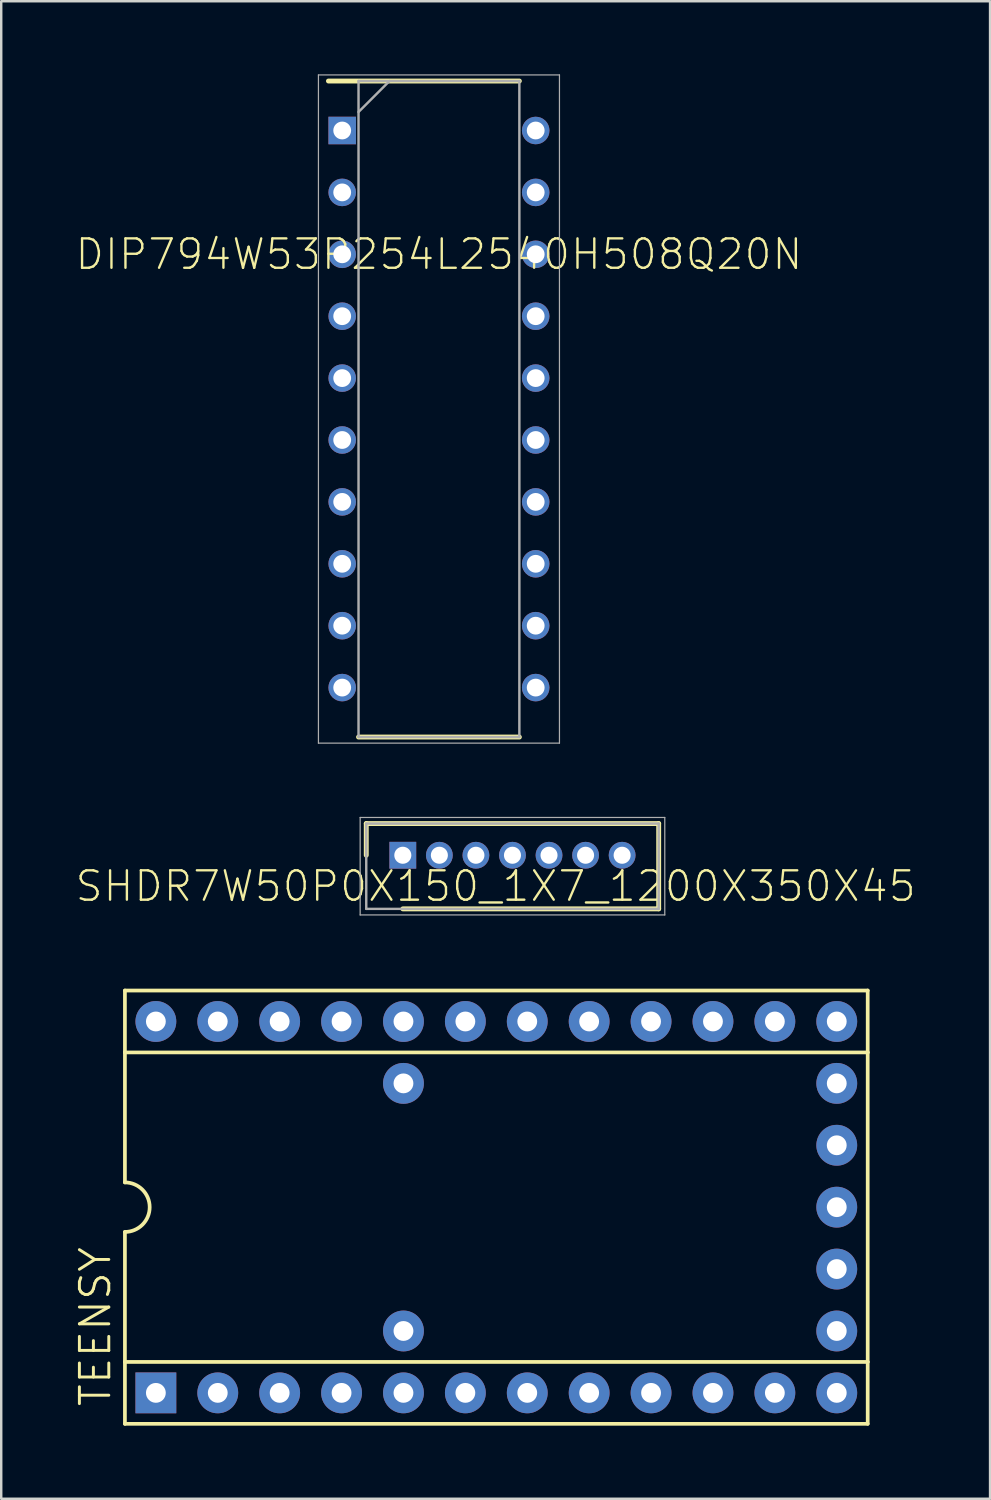
<source format=kicad_pcb>
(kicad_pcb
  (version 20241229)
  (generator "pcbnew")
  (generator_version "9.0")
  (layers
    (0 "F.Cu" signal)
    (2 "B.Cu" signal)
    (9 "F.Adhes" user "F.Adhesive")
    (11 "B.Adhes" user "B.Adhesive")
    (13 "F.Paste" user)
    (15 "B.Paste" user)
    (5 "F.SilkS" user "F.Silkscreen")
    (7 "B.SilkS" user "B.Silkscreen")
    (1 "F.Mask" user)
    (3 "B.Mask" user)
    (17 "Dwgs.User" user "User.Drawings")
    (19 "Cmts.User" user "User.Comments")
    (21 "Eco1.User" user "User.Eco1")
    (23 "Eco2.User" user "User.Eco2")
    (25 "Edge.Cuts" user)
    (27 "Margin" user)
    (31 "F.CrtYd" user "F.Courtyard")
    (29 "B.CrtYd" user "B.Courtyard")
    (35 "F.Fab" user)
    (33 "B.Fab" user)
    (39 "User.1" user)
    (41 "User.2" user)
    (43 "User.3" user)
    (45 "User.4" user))
  (footprint "DIP794W53P254L2540H508Q20N"
    (layer "F.Cu")
    (at 14.962 13.735)
    (property "Reference" "DIP794W53P254L2540H508Q20N" (at 0 -6.35 0) (layer "F.SilkS") (effects (font (size 1.206 1.206) (thickness 0.097))))
    (attr through_hole)
    (fp_line (start -4.535 -13.46) (end 3.3 -13.46) (stroke (width 0.2) (type solid)) (layer "F.SilkS"))
    (fp_line (start -3.3 13.46) (end 3.3 13.46) (stroke (width 0.2) (type solid)) (layer "F.SilkS"))
    (fp_line (start -4.945 -13.71) (end 4.945 -13.71) (stroke (width 0.05) (type solid)) (layer "F.Fab"))
    (fp_line (start -4.945 13.71) (end -4.945 -13.71) (stroke (width 0.05) (type solid)) (layer "F.Fab"))
    (fp_line (start -3.3 -13.46) (end 3.3 -13.46) (stroke (width 0.1) (type solid)) (layer "F.Fab"))
    (fp_line (start -3.3 -12.19) (end -2.03 -13.46) (stroke (width 0.1) (type solid)) (layer "F.Fab"))
    (fp_line (start -3.3 13.46) (end -3.3 -13.46) (stroke (width 0.1) (type solid)) (layer "F.Fab"))
    (fp_line (start 3.3 -13.46) (end 3.3 13.46) (stroke (width 0.1) (type solid)) (layer "F.Fab"))
    (fp_line (start 3.3 13.46) (end -3.3 13.46) (stroke (width 0.1) (type solid)) (layer "F.Fab"))
    (fp_line (start 4.945 -13.71) (end 4.945 13.71) (stroke (width 0.05) (type solid)) (layer "F.Fab"))
    (fp_line (start 4.945 13.71) (end -4.945 13.71) (stroke (width 0.05) (type solid)) (layer "F.Fab"))
    (pad "1" thru_hole rect (at -3.97 -11.43) (size 1.13 1.13) (drill 0.73) (layers "*.Cu" "*.Mask"))
    (pad "2" thru_hole circle (at -3.97 -8.89) (size 1.13 1.13) (drill 0.73) (layers "*.Cu" "*.Mask"))
    (pad "3" thru_hole circle (at -3.97 -6.35) (size 1.13 1.13) (drill 0.73) (layers "*.Cu" "*.Mask"))
    (pad "4" thru_hole circle (at -3.97 -3.81) (size 1.13 1.13) (drill 0.73) (layers "*.Cu" "*.Mask"))
    (pad "5" thru_hole circle (at -3.97 -1.27) (size 1.13 1.13) (drill 0.73) (layers "*.Cu" "*.Mask"))
    (pad "6" thru_hole circle (at -3.97 1.27) (size 1.13 1.13) (drill 0.73) (layers "*.Cu" "*.Mask"))
    (pad "7" thru_hole circle (at -3.97 3.81) (size 1.13 1.13) (drill 0.73) (layers "*.Cu" "*.Mask"))
    (pad "8" thru_hole circle (at -3.97 6.35) (size 1.13 1.13) (drill 0.73) (layers "*.Cu" "*.Mask"))
    (pad "9" thru_hole circle (at -3.97 8.89) (size 1.13 1.13) (drill 0.73) (layers "*.Cu" "*.Mask"))
    (pad "10" thru_hole circle (at -3.97 11.43) (size 1.13 1.13) (drill 0.73) (layers "*.Cu" "*.Mask"))
    (pad "11" thru_hole circle (at 3.97 11.43) (size 1.13 1.13) (drill 0.73) (layers "*.Cu" "*.Mask"))
    (pad "12" thru_hole circle (at 3.97 8.89) (size 1.13 1.13) (drill 0.73) (layers "*.Cu" "*.Mask"))
    (pad "13" thru_hole circle (at 3.97 6.35) (size 1.13 1.13) (drill 0.73) (layers "*.Cu" "*.Mask"))
    (pad "14" thru_hole circle (at 3.97 3.81) (size 1.13 1.13) (drill 0.73) (layers "*.Cu" "*.Mask"))
    (pad "15" thru_hole circle (at 3.97 1.27) (size 1.13 1.13) (drill 0.73) (layers "*.Cu" "*.Mask"))
    (pad "16" thru_hole circle (at 3.97 -1.27) (size 1.13 1.13) (drill 0.73) (layers "*.Cu" "*.Mask"))
    (pad "17" thru_hole circle (at 3.97 -3.81) (size 1.13 1.13) (drill 0.73) (layers "*.Cu" "*.Mask"))
    (pad "18" thru_hole circle (at 3.97 -6.35) (size 1.13 1.13) (drill 0.73) (layers "*.Cu" "*.Mask"))
    (pad "19" thru_hole circle (at 3.97 -8.89) (size 1.13 1.13) (drill 0.73) (layers "*.Cu" "*.Mask"))
    (pad "20" thru_hole circle (at 3.97 -11.43) (size 1.13 1.13) (drill 0.73) (layers "*.Cu" "*.Mask")))
  (footprint "SHDR7W50P0X150_1X7_1200X350X45"
    (layer "F.Cu")
    (at 13.479 32.045)
    (property "Reference" "SHDR7W50P0X150_1X7_1200X350X45" (at 3.81 1.27 180) (layer "F.SilkS") (effects (font (size 1.206 1.206) (thickness 0.097))))
    (attr through_hole)
    (fp_line (start -1.5 -1.3) (end -1.5 0) (stroke (width 0.2) (type solid)) (layer "F.SilkS"))
    (fp_line (start 0 2.2) (end 10.5 2.2) (stroke (width 0.2) (type solid)) (layer "F.SilkS"))
    (fp_line (start 10.5 -1.3) (end -1.5 -1.3) (stroke (width 0.2) (type solid)) (layer "F.SilkS"))
    (fp_line (start 10.5 2.2) (end 10.5 -1.3) (stroke (width 0.2) (type solid)) (layer "F.SilkS"))
    (fp_line (start -1.75 -1.55) (end 10.75 -1.55) (stroke (width 0.05) (type solid)) (layer "F.Fab"))
    (fp_line (start -1.75 2.45) (end -1.75 -1.55) (stroke (width 0.05) (type solid)) (layer "F.Fab"))
    (fp_line (start -1.5 -1.3) (end 10.5 -1.3) (stroke (width 0.1) (type solid)) (layer "F.Fab"))
    (fp_line (start -1.5 2.2) (end -1.5 -1.3) (stroke (width 0.1) (type solid)) (layer "F.Fab"))
    (fp_line (start 10.5 -1.3) (end 10.5 2.2) (stroke (width 0.1) (type solid)) (layer "F.Fab"))
    (fp_line (start 10.5 2.2) (end -1.5 2.2) (stroke (width 0.1) (type solid)) (layer "F.Fab"))
    (fp_line (start 10.75 -1.55) (end 10.75 2.45) (stroke (width 0.05) (type solid)) (layer "F.Fab"))
    (fp_line (start 10.75 2.45) (end -1.75 2.45) (stroke (width 0.05) (type solid)) (layer "F.Fab"))
    (pad "1" thru_hole rect (at 0 0) (size 1.1 1.1) (drill 0.7) (layers "*.Cu" "*.Mask"))
    (pad "2" thru_hole circle (at 1.5 0) (size 1.1 1.1) (drill 0.7) (layers "*.Cu" "*.Mask"))
    (pad "3" thru_hole circle (at 3 0) (size 1.1 1.1) (drill 0.7) (layers "*.Cu" "*.Mask"))
    (pad "4" thru_hole circle (at 4.5 0) (size 1.1 1.1) (drill 0.7) (layers "*.Cu" "*.Mask"))
    (pad "5" thru_hole circle (at 6 0) (size 1.1 1.1) (drill 0.7) (layers "*.Cu" "*.Mask"))
    (pad "6" thru_hole circle (at 7.5 0) (size 1.1 1.1) (drill 0.7) (layers "*.Cu" "*.Mask"))
    (pad "7" thru_hole circle (at 9 0) (size 1.1 1.1) (drill 0.7) (layers "*.Cu" "*.Mask")))
  (footprint "TEENSY"
    (layer "F.Cu")
    (at 17.316 46.486)
    (property "Reference" "TEENSY" (at -15.748 8.255 90) (layer "F.SilkS") (effects (font (size 1.206 1.206) (thickness 0.121)) (justify left bottom)))
    (attr through_hole)
    (fp_line (start -15.24 -8.89) (end -15.24 -6.35) (stroke (width 0.152) (type solid)) (layer "F.SilkS"))
    (fp_line (start -15.24 -6.35) (end -15.24 -1.016) (stroke (width 0.152) (type solid)) (layer "F.SilkS"))
    (fp_line (start -15.24 -6.35) (end 15.24 -6.35) (stroke (width 0.152) (type solid)) (layer "F.SilkS"))
    (fp_line (start -15.24 6.35) (end -15.24 1.016) (stroke (width 0.152) (type solid)) (layer "F.SilkS"))
    (fp_line (start -15.24 6.35) (end 15.24 6.35) (stroke (width 0.152) (type solid)) (layer "F.SilkS"))
    (fp_line (start -15.24 8.89) (end -15.24 6.35) (stroke (width 0.152) (type solid)) (layer "F.SilkS"))
    (fp_line (start -15.24 8.89) (end 15.24 8.89) (stroke (width 0.152) (type solid)) (layer "F.SilkS"))
    (fp_line (start 15.24 -8.89) (end -15.24 -8.89) (stroke (width 0.152) (type solid)) (layer "F.SilkS"))
    (fp_line (start 15.24 -8.89) (end 15.24 -6.35) (stroke (width 0.152) (type solid)) (layer "F.SilkS"))
    (fp_line (start 15.24 -6.35) (end 15.24 6.35) (stroke (width 0.152) (type solid)) (layer "F.SilkS"))
    (fp_line (start 15.24 6.35) (end 15.24 8.89) (stroke (width 0.152) (type solid)) (layer "F.SilkS"))
    (fp_arc (start -15.24 -1.016) (mid -14.224 0) (end -15.24 1.016) (stroke (width 0.1524) (type solid)) (layer "F.SilkS"))
    (pad "+5V" thru_hole circle (at -13.97 -7.62 90) (size 1.676 1.676) (drill 0.813) (layers "*.Cu" "*.Mask"))
    (pad "5V2" thru_hole circle (at 13.97 2.54 180) (size 1.676 1.676) (drill 0.813) (layers "*.Cu" "*.Mask"))
    (pad "B0" thru_hole circle (at -11.43 7.62 90) (size 1.676 1.676) (drill 0.813) (layers "*.Cu" "*.Mask"))
    (pad "B1" thru_hole circle (at -8.89 7.62 90) (size 1.676 1.676) (drill 0.813) (layers "*.Cu" "*.Mask"))
    (pad "B2" thru_hole circle (at -6.35 7.62 90) (size 1.676 1.676) (drill 0.813) (layers "*.Cu" "*.Mask"))
    (pad "B3" thru_hole circle (at -3.81 7.62 90) (size 1.676 1.676) (drill 0.813) (layers "*.Cu" "*.Mask"))
    (pad "B4" thru_hole circle (at 8.89 -7.62 90) (size 1.676 1.676) (drill 0.813) (layers "*.Cu" "*.Mask"))
    (pad "B5" thru_hole circle (at 6.35 -7.62 90) (size 1.676 1.676) (drill 0.813) (layers "*.Cu" "*.Mask"))
    (pad "B6" thru_hole circle (at 3.81 -7.62 90) (size 1.676 1.676) (drill 0.813) (layers "*.Cu" "*.Mask"))
    (pad "B7" thru_hole circle (at -1.27 7.62 90) (size 1.676 1.676) (drill 0.813) (layers "*.Cu" "*.Mask"))
    (pad "C6" thru_hole circle (at 11.43 7.62 90) (size 1.676 1.676) (drill 0.813) (layers "*.Cu" "*.Mask"))
    (pad "C7" thru_hole circle (at 13.97 7.62 90) (size 1.676 1.676) (drill 0.813) (layers "*.Cu" "*.Mask"))
    (pad "D0" thru_hole circle (at 1.27 7.62 90) (size 1.676 1.676) (drill 0.813) (layers "*.Cu" "*.Mask"))
    (pad "D1" thru_hole circle (at 3.81 7.62 90) (size 1.676 1.676) (drill 0.813) (layers "*.Cu" "*.Mask"))
    (pad "D2" thru_hole circle (at 6.35 7.62 90) (size 1.676 1.676) (drill 0.813) (layers "*.Cu" "*.Mask"))
    (pad "D3" thru_hole circle (at 8.89 7.62 90) (size 1.676 1.676) (drill 0.813) (layers "*.Cu" "*.Mask"))
    (pad "D4" thru_hole circle (at 13.97 -5.08 180) (size 1.676 1.676) (drill 0.813) (layers "*.Cu" "*.Mask"))
    (pad "D5" thru_hole circle (at 13.97 5.08 180) (size 1.676 1.676) (drill 0.813) (layers "*.Cu" "*.Mask"))
    (pad "D6" thru_hole circle (at 13.97 -7.62 90) (size 1.676 1.676) (drill 0.813) (layers "*.Cu" "*.Mask"))
    (pad "D7" thru_hole circle (at 11.43 -7.62 90) (size 1.676 1.676) (drill 0.813) (layers "*.Cu" "*.Mask"))
    (pad "E6" thru_hole circle (at -3.81 5.08) (size 1.676 1.676) (drill 0.813) (layers "*.Cu" "*.Mask"))
    (pad "F0" thru_hole circle (at -11.43 -7.62 90) (size 1.676 1.676) (drill 0.813) (layers "*.Cu" "*.Mask"))
    (pad "F1" thru_hole circle (at -8.89 -7.62 90) (size 1.676 1.676) (drill 0.813) (layers "*.Cu" "*.Mask"))
    (pad "F4" thru_hole circle (at -6.35 -7.62 90) (size 1.676 1.676) (drill 0.813) (layers "*.Cu" "*.Mask"))
    (pad "F5" thru_hole circle (at -3.81 -7.62 90) (size 1.676 1.676) (drill 0.813) (layers "*.Cu" "*.Mask"))
    (pad "F6" thru_hole circle (at -1.27 -7.62 90) (size 1.676 1.676) (drill 0.813) (layers "*.Cu" "*.Mask"))
    (pad "F7" thru_hole circle (at 1.27 -7.62 90) (size 1.676 1.676) (drill 0.813) (layers "*.Cu" "*.Mask"))
    (pad "GND" thru_hole rect (at -13.97 7.62 90) (size 1.676 1.676) (drill 0.813) (layers "*.Cu" "*.Mask"))
    (pad "GRND1" thru_hole circle (at 13.97 0 180) (size 1.676 1.676) (drill 0.813) (layers "*.Cu" "*.Mask"))
    (pad "REF" thru_hole circle (at -3.81 -5.08 180) (size 1.676 1.676) (drill 0.813) (layers "*.Cu" "*.Mask"))
    (pad "RST" thru_hole circle (at 13.97 -2.54 180) (size 1.676 1.676) (drill 0.813) (layers "*.Cu" "*.Mask")))
  (gr_rect
    (start -3 -3)
    (end 37.577 58.452)
    (stroke (width 0.1) (type default))
    (fill no)
    (layer "Edge.Cuts")))
</source>
